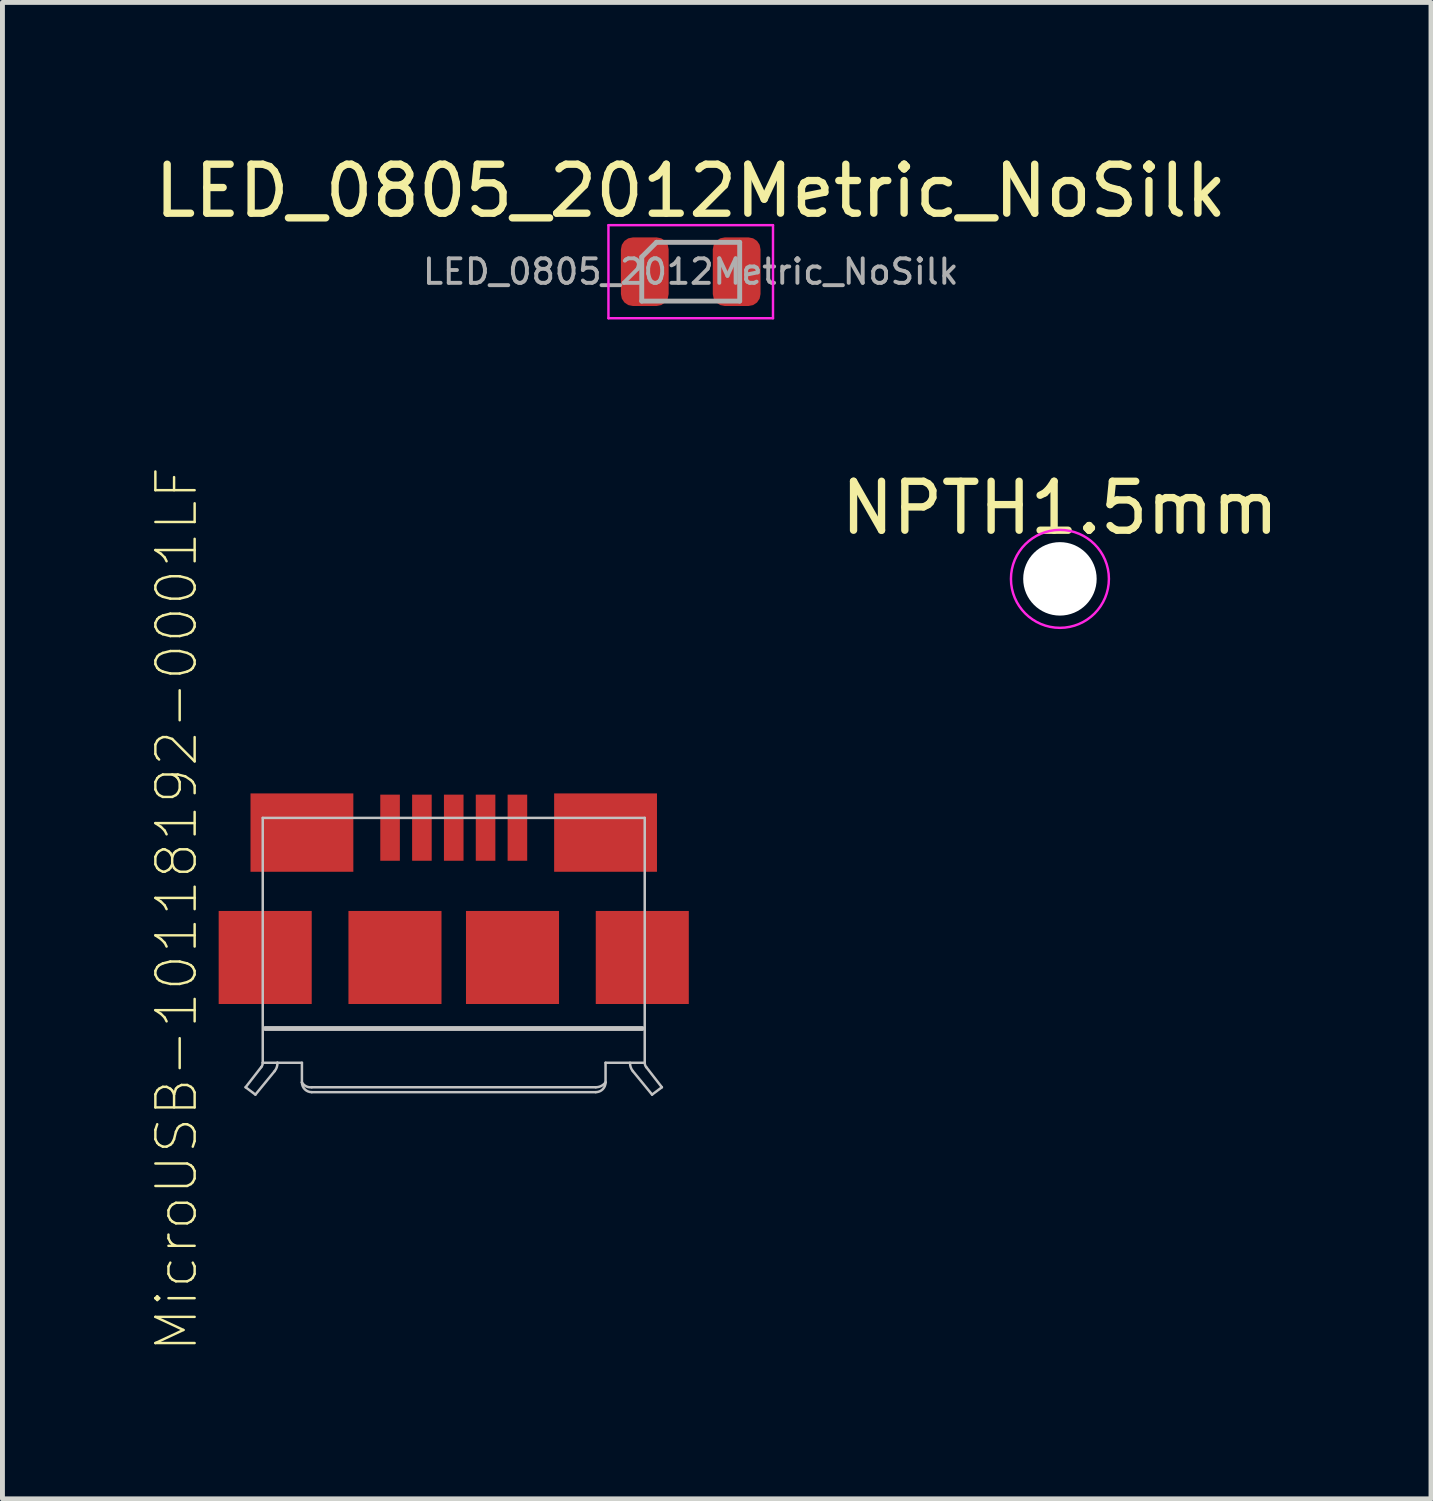
<source format=kicad_pcb>
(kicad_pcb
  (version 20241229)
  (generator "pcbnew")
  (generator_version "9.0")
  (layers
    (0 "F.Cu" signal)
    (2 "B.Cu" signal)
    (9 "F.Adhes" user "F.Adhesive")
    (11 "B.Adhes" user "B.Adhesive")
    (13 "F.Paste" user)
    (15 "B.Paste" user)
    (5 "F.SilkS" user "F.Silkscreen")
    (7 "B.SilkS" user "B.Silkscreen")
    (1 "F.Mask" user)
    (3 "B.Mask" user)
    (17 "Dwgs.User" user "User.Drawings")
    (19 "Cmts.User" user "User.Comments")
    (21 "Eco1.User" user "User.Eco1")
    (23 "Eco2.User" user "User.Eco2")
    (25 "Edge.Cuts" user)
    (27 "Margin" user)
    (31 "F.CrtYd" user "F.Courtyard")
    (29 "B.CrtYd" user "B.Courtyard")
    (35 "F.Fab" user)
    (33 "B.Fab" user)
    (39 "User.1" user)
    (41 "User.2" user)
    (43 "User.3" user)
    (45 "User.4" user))
  (footprint "MicroUSB-10118192-0001LF"
    (layer "F.Cu")
    (at 6.215 17.951)
    (property "Reference" "MicroUSB-10118192-0001LF" (at -5.659 -2.437 90) (layer "F.SilkS") (effects (font (size 0.802 0.802) (thickness 0.05))))
    (attr smd)
    (fp_line (start -4.25 1.2) (end -4.05 1.35) (stroke (width 0.051) (type solid)) (layer "Dwgs.User"))
    (fp_line (start -4.25 1.2) (end -3.931 0.789) (stroke (width 0.051) (type solid)) (layer "Dwgs.User"))
    (fp_line (start -4.05 1.35) (end -3.657 0.87) (stroke (width 0.051) (type solid)) (layer "Dwgs.User"))
    (fp_line (start -3.9 -4.3) (end 3.9 -4.3) (stroke (width 0.051) (type solid)) (layer "Dwgs.User"))
    (fp_line (start -3.9 0.7) (end -3.9 -4.3) (stroke (width 0.051) (type solid)) (layer "Dwgs.User"))
    (fp_line (start -3.6 0.7) (end -3.9 0.7) (stroke (width 0.051) (type solid)) (layer "Dwgs.User"))
    (fp_line (start -3.6 0.709) (end -3.6 0.7) (stroke (width 0.051) (type solid)) (layer "Dwgs.User"))
    (fp_line (start -3.1 0.7) (end -3.6 0.7) (stroke (width 0.051) (type solid)) (layer "Dwgs.User"))
    (fp_line (start -3.1 1.1) (end -3.1 0.7) (stroke (width 0.051) (type solid)) (layer "Dwgs.User"))
    (fp_line (start 2.9 1.2) (end -2.9 1.2) (stroke (width 0.051) (type solid)) (layer "Dwgs.User"))
    (fp_line (start 2.9 1.3) (end -2.9 1.3) (stroke (width 0.051) (type solid)) (layer "Dwgs.User"))
    (fp_line (start 3.1 0.7) (end 3.1 1.1) (stroke (width 0.051) (type solid)) (layer "Dwgs.User"))
    (fp_line (start 3.6 0.709) (end 3.6 0.7) (stroke (width 0.051) (type solid)) (layer "Dwgs.User"))
    (fp_line (start 3.85 0) (end -3.85 0) (stroke (width 0.1) (type solid)) (layer "Dwgs.User"))
    (fp_line (start 3.9 -4.3) (end 3.9 0.7) (stroke (width 0.051) (type solid)) (layer "Dwgs.User"))
    (fp_line (start 3.9 0.7) (end 3.1 0.7) (stroke (width 0.051) (type solid)) (layer "Dwgs.User"))
    (fp_line (start 4.05 1.35) (end 3.657 0.87) (stroke (width 0.051) (type solid)) (layer "Dwgs.User"))
    (fp_line (start 4.25 1.2) (end 3.931 0.789) (stroke (width 0.051) (type solid)) (layer "Dwgs.User"))
    (fp_line (start 4.25 1.2) (end 4.05 1.35) (stroke (width 0.051) (type solid)) (layer "Dwgs.User"))
    (fp_arc (start -3.9 0.7) (mid -3.907843 0.747197) (end -3.930551 0.789309) (stroke (width 0.0508) (type solid)) (layer "Dwgs.User"))
    (fp_arc (start -3.6 0.7093) (mid -3.614766 0.794718) (end -3.657396 0.870196) (stroke (width 0.0508) (type solid)) (layer "Dwgs.User"))
    (fp_arc (start -2.90028 1.200035) (mid -3.015265 1.180215) (end -3.1 1.1) (stroke (width 0.0508) (type solid)) (layer "Dwgs.User"))
    (fp_arc (start -2.9 1.3) (mid -3.041421 1.241421) (end -3.1 1.1) (stroke (width 0.0508) (type solid)) (layer "Dwgs.User"))
    (fp_arc (start 3.099921 1.100105) (mid 3.011745 1.173636) (end 2.9 1.2) (stroke (width 0.0508) (type solid)) (layer "Dwgs.User"))
    (fp_arc (start 3.1 1.1) (mid 3.041421 1.241421) (end 2.9 1.3) (stroke (width 0.0508) (type solid)) (layer "Dwgs.User"))
    (fp_arc (start 3.657396 0.870196) (mid 3.614766 0.794718) (end 3.6 0.7093) (stroke (width 0.0508) (type solid)) (layer "Dwgs.User"))
    (fp_arc (start 3.930665 0.789455) (mid 3.907868 0.747286) (end 3.9 0.7) (stroke (width 0.0508) (type solid)) (layer "Dwgs.User"))
    (pad "1" smd rect (at -1.3 -4.1 90) (size 1.35 0.4) (layers "F.Cu" "F.Mask" "F.Paste"))
    (pad "2" smd rect (at -0.65 -4.1 90) (size 1.35 0.4) (layers "F.Cu" "F.Mask" "F.Paste"))
    (pad "3" smd rect (at 0 -4.1 90) (size 1.35 0.4) (layers "F.Cu" "F.Mask" "F.Paste"))
    (pad "4" smd rect (at 0.65 -4.1 90) (size 1.35 0.4) (layers "F.Cu" "F.Mask" "F.Paste"))
    (pad "5" smd rect (at 1.3 -4.1 90) (size 1.35 0.4) (layers "F.Cu" "F.Mask" "F.Paste"))
    (pad "M1" smd rect (at -1.2 -1.45) (size 1.9 1.9) (layers "F.Cu" "F.Mask" "F.Paste"))
    (pad "M2" smd rect (at 1.2 -1.45) (size 1.9 1.9) (layers "F.Cu" "F.Mask" "F.Paste"))
    (pad "S1" smd rect (at -3.85 -1.45) (size 1.9 1.9) (layers "F.Cu" "F.Mask" "F.Paste"))
    (pad "S2" smd rect (at 3.85 -1.45) (size 1.9 1.9) (layers "F.Cu" "F.Mask" "F.Paste"))
    (pad "S3" smd rect (at -3.1 -4) (size 2.1 1.6) (layers "F.Cu" "F.Mask" "F.Paste"))
    (pad "S4" smd rect (at 3.1 -4) (size 2.1 1.6) (layers "F.Cu" "F.Mask" "F.Paste")))
  (footprint "NPTH1.5mm"
    (layer "F.Cu")
    (at 18.593 8.77)
    (property "Reference" "NPTH1.5mm" (at 0 -1.448 0) (layer "F.SilkS") (effects (font (size 1 1) (thickness 0.15))))
    (attr exclude_from_pos_files exclude_from_bom)
    (fp_circle (center 0 0) (end 1 0) (stroke (width 0.05) (type solid)) (fill no) (layer "F.CrtYd"))
    (pad "" np_thru_hole circle (at 0 0) (size 1.5 1.5) (drill 1.5) (layers "*.Cu" "*.Mask")))
  (footprint "LED_0805_2012Metric_NoSilk"
    (layer "F.Cu")
    (at 11.054 2.498)
    (property "Reference" "LED_0805_2012Metric_NoSilk" (at 0 -1.65 0) (layer "F.SilkS") (effects (font (size 1 1) (thickness 0.15))))
    (attr smd)
    (fp_line (start -1.68 -0.95) (end 1.68 -0.95) (stroke (width 0.05) (type solid)) (layer "F.CrtYd"))
    (fp_line (start -1.68 0.95) (end -1.68 -0.95) (stroke (width 0.05) (type solid)) (layer "F.CrtYd"))
    (fp_line (start 1.68 -0.95) (end 1.68 0.95) (stroke (width 0.05) (type solid)) (layer "F.CrtYd"))
    (fp_line (start 1.68 0.95) (end -1.68 0.95) (stroke (width 0.05) (type solid)) (layer "F.CrtYd"))
    (fp_line (start -1 -0.3) (end -1 0.6) (stroke (width 0.1) (type solid)) (layer "F.Fab"))
    (fp_line (start -1 0.6) (end 1 0.6) (stroke (width 0.1) (type solid)) (layer "F.Fab"))
    (fp_line (start -0.7 -0.6) (end -1 -0.3) (stroke (width 0.1) (type solid)) (layer "F.Fab"))
    (fp_line (start 1 -0.6) (end -0.7 -0.6) (stroke (width 0.1) (type solid)) (layer "F.Fab"))
    (fp_line (start 1 0.6) (end 1 -0.6) (stroke (width 0.1) (type solid)) (layer "F.Fab"))
    (fp_text user "${REFERENCE}" (at 0 0 0) (layer "F.Fab") (effects (font (size 0.5 0.5) (thickness 0.08))))
    (pad "1" smd roundrect (at -0.938 0) (size 0.975 1.4) (layers "F.Cu" "F.Mask" "F.Paste") (roundrect_rratio 0.25))
    (pad "2" smd roundrect (at 0.938 0) (size 0.975 1.4) (layers "F.Cu" "F.Mask" "F.Paste") (roundrect_rratio 0.25)))
  (gr_rect
    (start -3 -3)
    (end 26.17 27.555)
    (stroke (width 0.1) (type default))
    (fill no)
    (layer "Edge.Cuts")))
</source>
